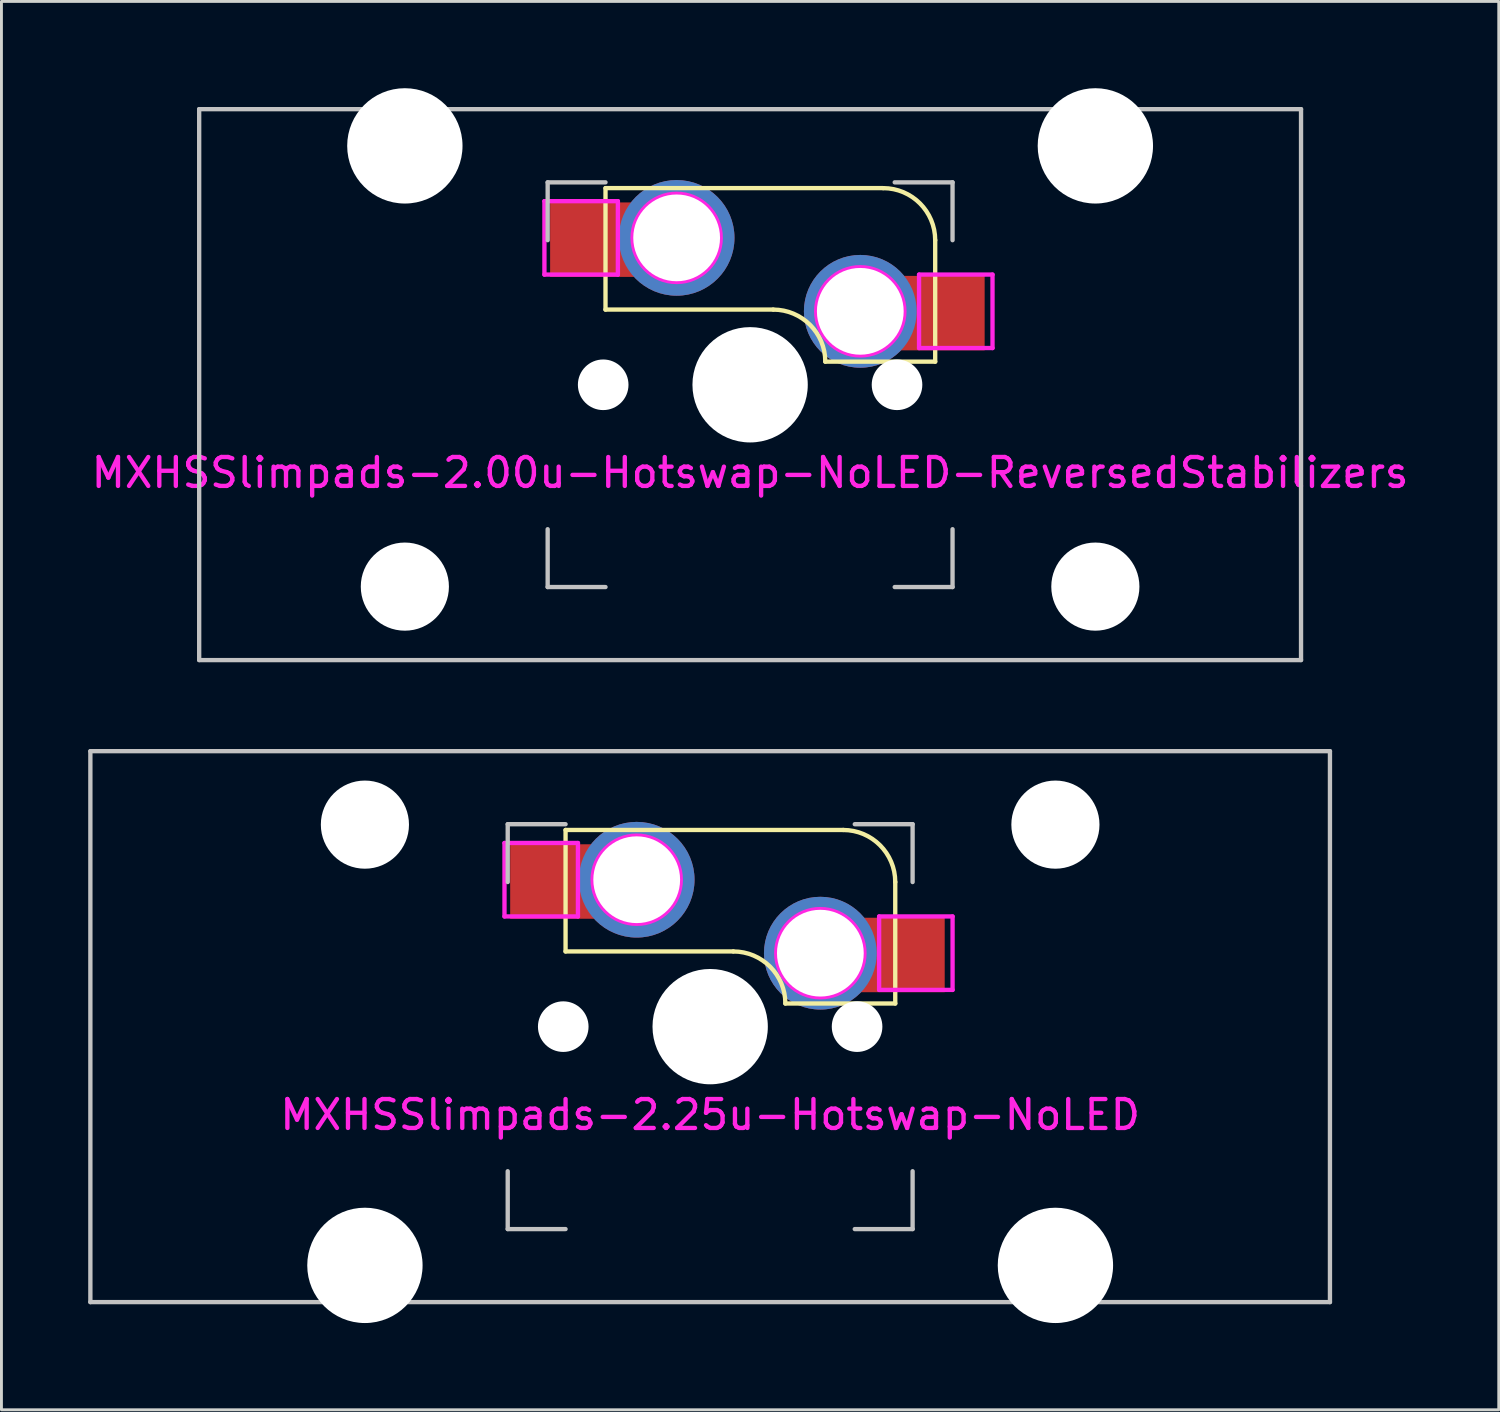
<source format=kicad_pcb>
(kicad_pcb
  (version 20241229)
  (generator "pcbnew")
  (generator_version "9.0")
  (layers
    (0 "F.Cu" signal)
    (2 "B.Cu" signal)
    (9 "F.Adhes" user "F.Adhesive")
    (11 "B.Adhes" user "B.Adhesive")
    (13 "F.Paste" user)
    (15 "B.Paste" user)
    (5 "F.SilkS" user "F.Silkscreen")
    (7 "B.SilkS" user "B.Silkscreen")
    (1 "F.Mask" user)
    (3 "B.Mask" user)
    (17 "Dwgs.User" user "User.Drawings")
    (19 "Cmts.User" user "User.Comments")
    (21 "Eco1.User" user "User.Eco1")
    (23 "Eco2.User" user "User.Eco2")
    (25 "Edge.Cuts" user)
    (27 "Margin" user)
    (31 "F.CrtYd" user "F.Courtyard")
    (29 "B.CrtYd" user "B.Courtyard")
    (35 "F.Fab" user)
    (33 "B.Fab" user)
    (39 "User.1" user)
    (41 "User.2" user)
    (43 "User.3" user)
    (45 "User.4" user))
  (footprint "MXHSSlimpads-2.25u-Hotswap-NoLED"
    (layer "F.Cu")
    (at 21.506 32.449)
    (property "Reference" "MXHSSlimpads-2.25u-Hotswap-NoLED" (at 0 3.048 180) (layer "F.CrtYd") (effects (font (size 1 1) (thickness 0.15))))
    (attr smd)
    (fp_line (start -5 -6.8) (end 4.6 -6.8) (stroke (width 0.15) (type solid)) (layer "F.SilkS"))
    (fp_line (start -5 -2.6) (end -5 -6.8) (stroke (width 0.15) (type solid)) (layer "F.SilkS"))
    (fp_line (start 0.8 -2.6) (end -5 -2.6) (stroke (width 0.15) (type solid)) (layer "F.SilkS"))
    (fp_line (start 6.4 -5) (end 6.4 -0.8) (stroke (width 0.15) (type solid)) (layer "F.SilkS"))
    (fp_line (start 6.4 -0.8) (end 2.6 -0.8) (stroke (width 0.15) (type solid)) (layer "F.SilkS"))
    (fp_arc (start 0.8 -2.6) (mid 2.072792 -2.072792) (end 2.6 -0.8) (stroke (width 0.15) (type solid)) (layer "F.SilkS"))
    (fp_arc (start 4.6 -6.8) (mid 5.872792 -6.272792) (end 6.4 -5) (stroke (width 0.15) (type solid)) (layer "F.SilkS"))
    (fp_rect (start -6.854 -6.291) (end -5.156 -3.742) (stroke (width 0.12) (type solid)) (fill yes) (layer "F.Paste"))
    (fp_rect (start 6.553 -3.726) (end 8.048 -1.176) (stroke (width 0.12) (type solid)) (fill yes) (layer "F.Paste"))
    (fp_line (start -21.431 -9.525) (end 21.431 -9.525) (stroke (width 0.15) (type solid)) (layer "Dwgs.User"))
    (fp_line (start -21.431 9.525) (end -21.431 -9.525) (stroke (width 0.15) (type solid)) (layer "Dwgs.User"))
    (fp_line (start -7 -7) (end -7 -5) (stroke (width 0.15) (type solid)) (layer "Dwgs.User"))
    (fp_line (start -7 7) (end -7 5) (stroke (width 0.15) (type solid)) (layer "Dwgs.User"))
    (fp_line (start -5 -7) (end -7 -7) (stroke (width 0.15) (type solid)) (layer "Dwgs.User"))
    (fp_line (start -5 7) (end -7 7) (stroke (width 0.15) (type solid)) (layer "Dwgs.User"))
    (fp_line (start 5 -7) (end 7 -7) (stroke (width 0.15) (type solid)) (layer "Dwgs.User"))
    (fp_line (start 7 -7) (end 7 -5) (stroke (width 0.15) (type solid)) (layer "Dwgs.User"))
    (fp_line (start 7 5) (end 7 7) (stroke (width 0.15) (type solid)) (layer "Dwgs.User"))
    (fp_line (start 7 7) (end 5 7) (stroke (width 0.15) (type solid)) (layer "Dwgs.User"))
    (fp_line (start 21.431 -9.525) (end 21.431 9.525) (stroke (width 0.15) (type solid)) (layer "Dwgs.User"))
    (fp_line (start 21.431 9.525) (end -21.431 9.525) (stroke (width 0.15) (type solid)) (layer "Dwgs.User"))
    (fp_line (start -7.112 -6.35) (end -7.112 -3.81) (stroke (width 0.15) (type solid)) (layer "F.CrtYd"))
    (fp_line (start -7.112 -3.81) (end -4.572 -3.81) (stroke (width 0.15) (type solid)) (layer "F.CrtYd"))
    (fp_line (start -4.572 -6.35) (end -7.112 -6.35) (stroke (width 0.15) (type solid)) (layer "F.CrtYd"))
    (fp_line (start -4.572 -3.81) (end -4.572 -6.35) (stroke (width 0.15) (type solid)) (layer "F.CrtYd"))
    (fp_line (start 5.842 -3.81) (end 5.842 -1.27) (stroke (width 0.15) (type solid)) (layer "F.CrtYd"))
    (fp_line (start 5.842 -1.27) (end 8.382 -1.27) (stroke (width 0.15) (type solid)) (layer "F.CrtYd"))
    (fp_line (start 8.382 -3.81) (end 5.842 -3.81) (stroke (width 0.15) (type solid)) (layer "F.CrtYd"))
    (fp_line (start 8.382 -1.27) (end 8.382 -3.81) (stroke (width 0.15) (type solid)) (layer "F.CrtYd"))
    (fp_circle (center -2.54 -5.08) (end -2.54 -6.604) (stroke (width 0.15) (type solid)) (fill no) (layer "F.CrtYd"))
    (fp_circle (center 3.81 -2.54) (end 3.81 -4.064) (stroke (width 0.15) (type solid)) (fill no) (layer "F.CrtYd"))
    (pad "" np_thru_hole circle (at -11.938 -6.985) (size 3.048 3.048) (drill 3.048) (layers "*.Cu" "*.Mask"))
    (pad "" np_thru_hole circle (at -11.938 8.255) (size 3.988 3.988) (drill 3.988) (layers "*.Cu" "*.Mask"))
    (pad "" np_thru_hole circle (at -5.08 0 131.9) (size 1.75 1.75) (drill 1.75) (layers "*.Cu" "*.Mask"))
    (pad "" np_thru_hole circle (at 0 0 180) (size 3.988 3.988) (drill 3.988) (layers "*.Cu" "*.Mask"))
    (pad "" np_thru_hole circle (at 5.08 0 131.9) (size 1.75 1.75) (drill 1.75) (layers "*.Cu" "*.Mask"))
    (pad "" np_thru_hole circle (at 11.938 -6.985) (size 3.048 3.048) (drill 3.048) (layers "*.Cu" "*.Mask"))
    (pad "" np_thru_hole circle (at 11.938 8.255) (size 3.988 3.988) (drill 3.988) (layers "*.Cu" "*.Mask"))
    (pad "1" thru_hole circle (at 3.81 -2.54 180) (size 3.9 3.9) (drill 3) (layers "*.Cu"))
    (pad "1" smd rect (at 3.81 -2.54 180) (size 4.5 2.575) (drill (offset -2.05 -0.062)) (layers "F.Cu" "F.Mask"))
    (pad "2" thru_hole circle (at -2.54 -5.08 180) (size 4 4) (drill 3) (layers "*.Cu"))
    (pad "2" smd rect (at -2.54 -5.08 180) (size 4.5 2.575) (drill (offset 2.125 -0.062)) (layers "F.Cu" "F.Mask")))
  (footprint "MXHSSlimpads-2.00u-Hotswap-NoLED-ReversedStabilizers"
    (layer "F.Cu")
    (at 22.887 10.249)
    (property "Reference" "MXHSSlimpads-2.00u-Hotswap-NoLED-ReversedStabilizers" (at 0 3.048 180) (layer "F.CrtYd") (effects (font (size 1 1) (thickness 0.15))))
    (attr smd)
    (fp_line (start -5 -6.794) (end 4.6 -6.794) (stroke (width 0.15) (type solid)) (layer "F.SilkS"))
    (fp_line (start -5 -2.594) (end -5 -6.794) (stroke (width 0.15) (type solid)) (layer "F.SilkS"))
    (fp_line (start 0.8 -2.594) (end -5 -2.594) (stroke (width 0.15) (type solid)) (layer "F.SilkS"))
    (fp_line (start 6.4 -4.994) (end 6.4 -0.794) (stroke (width 0.15) (type solid)) (layer "F.SilkS"))
    (fp_line (start 6.4 -0.794) (end 2.6 -0.794) (stroke (width 0.15) (type solid)) (layer "F.SilkS"))
    (fp_arc (start 0.8 -2.593785) (mid 2.072792 -2.066577) (end 2.6 -0.793785) (stroke (width 0.15) (type solid)) (layer "F.SilkS"))
    (fp_arc (start 4.6 -6.793785) (mid 5.872792 -6.266577) (end 6.4 -4.993785) (stroke (width 0.15) (type solid)) (layer "F.SilkS"))
    (fp_rect (start -6.854 -6.285) (end -5.156 -3.736) (stroke (width 0.12) (type solid)) (fill yes) (layer "F.Paste"))
    (fp_rect (start 6.553 -3.72) (end 8.048 -1.17) (stroke (width 0.12) (type solid)) (fill yes) (layer "F.Paste"))
    (fp_line (start -19.05 -9.525) (end 19.05 -9.525) (stroke (width 0.15) (type solid)) (layer "Dwgs.User"))
    (fp_line (start -19.05 9.525) (end -19.05 -9.525) (stroke (width 0.15) (type solid)) (layer "Dwgs.User"))
    (fp_line (start -7 -6.994) (end -7 -4.994) (stroke (width 0.15) (type solid)) (layer "Dwgs.User"))
    (fp_line (start -7 7) (end -7 5) (stroke (width 0.15) (type solid)) (layer "Dwgs.User"))
    (fp_line (start -5 -6.994) (end -7 -6.994) (stroke (width 0.15) (type solid)) (layer "Dwgs.User"))
    (fp_line (start -5 7) (end -7 7) (stroke (width 0.15) (type solid)) (layer "Dwgs.User"))
    (fp_line (start 5 -6.994) (end 7 -6.994) (stroke (width 0.15) (type solid)) (layer "Dwgs.User"))
    (fp_line (start 7 -6.994) (end 7 -4.994) (stroke (width 0.15) (type solid)) (layer "Dwgs.User"))
    (fp_line (start 7 5) (end 7 7) (stroke (width 0.15) (type solid)) (layer "Dwgs.User"))
    (fp_line (start 7 7) (end 5 7) (stroke (width 0.15) (type solid)) (layer "Dwgs.User"))
    (fp_line (start 19.05 -9.525) (end 19.05 9.525) (stroke (width 0.15) (type solid)) (layer "Dwgs.User"))
    (fp_line (start 19.05 9.525) (end -19.05 9.525) (stroke (width 0.15) (type solid)) (layer "Dwgs.User"))
    (fp_line (start -7.112 -6.344) (end -7.112 -3.804) (stroke (width 0.15) (type solid)) (layer "F.CrtYd"))
    (fp_line (start -7.112 -3.804) (end -4.572 -3.804) (stroke (width 0.15) (type solid)) (layer "F.CrtYd"))
    (fp_line (start -4.572 -6.344) (end -7.112 -6.344) (stroke (width 0.15) (type solid)) (layer "F.CrtYd"))
    (fp_line (start -4.572 -3.804) (end -4.572 -6.344) (stroke (width 0.15) (type solid)) (layer "F.CrtYd"))
    (fp_line (start 5.842 -3.804) (end 5.842 -1.264) (stroke (width 0.15) (type solid)) (layer "F.CrtYd"))
    (fp_line (start 5.842 -1.264) (end 8.382 -1.264) (stroke (width 0.15) (type solid)) (layer "F.CrtYd"))
    (fp_line (start 8.382 -3.804) (end 5.842 -3.804) (stroke (width 0.15) (type solid)) (layer "F.CrtYd"))
    (fp_line (start 8.382 -1.264) (end 8.382 -3.804) (stroke (width 0.15) (type solid)) (layer "F.CrtYd"))
    (fp_circle (center -2.54 -5.074) (end -2.54 -6.598) (stroke (width 0.15) (type solid)) (fill no) (layer "F.CrtYd"))
    (fp_circle (center 3.81 -2.534) (end 3.81 -4.058) (stroke (width 0.15) (type solid)) (fill no) (layer "F.CrtYd"))
    (pad "" np_thru_hole circle (at -11.938 -8.255) (size 3.988 3.988) (drill 3.988) (layers "*.Cu" "*.Mask"))
    (pad "" np_thru_hole circle (at -11.938 6.985) (size 3.048 3.048) (drill 3.048) (layers "*.Cu" "*.Mask"))
    (pad "" np_thru_hole circle (at -5.08 0.006 131.9) (size 1.75 1.75) (drill 1.75) (layers "*.Cu" "*.Mask"))
    (pad "" np_thru_hole circle (at 0 0.006 180) (size 3.988 3.988) (drill 3.988) (layers "*.Cu" "*.Mask"))
    (pad "" np_thru_hole circle (at 5.08 0.006 131.9) (size 1.75 1.75) (drill 1.75) (layers "*.Cu" "*.Mask"))
    (pad "" np_thru_hole circle (at 11.938 -8.255) (size 3.988 3.988) (drill 3.988) (layers "*.Cu" "*.Mask"))
    (pad "" np_thru_hole circle (at 11.938 6.985) (size 3.048 3.048) (drill 3.048) (layers "*.Cu" "*.Mask"))
    (pad "1" thru_hole circle (at 3.81 -2.534 180) (size 3.9 3.9) (drill 3) (layers "*.Cu"))
    (pad "1" smd rect (at 3.81 -2.534 180) (size 4.5 2.575) (drill (offset -2.05 -0.062)) (layers "F.Cu" "F.Mask"))
    (pad "2" thru_hole circle (at -2.54 -5.074 180) (size 4 4) (drill 3) (layers "*.Cu"))
    (pad "2" smd rect (at -2.54 -5.074 180) (size 4.5 2.575) (drill (offset 2.125 -0.062)) (layers "F.Cu" "F.Mask")))
  (gr_rect
    (start -3 -3)
    (end 48.774 45.698)
    (stroke (width 0.1) (type default))
    (fill no)
    (layer "Edge.Cuts")))
</source>
